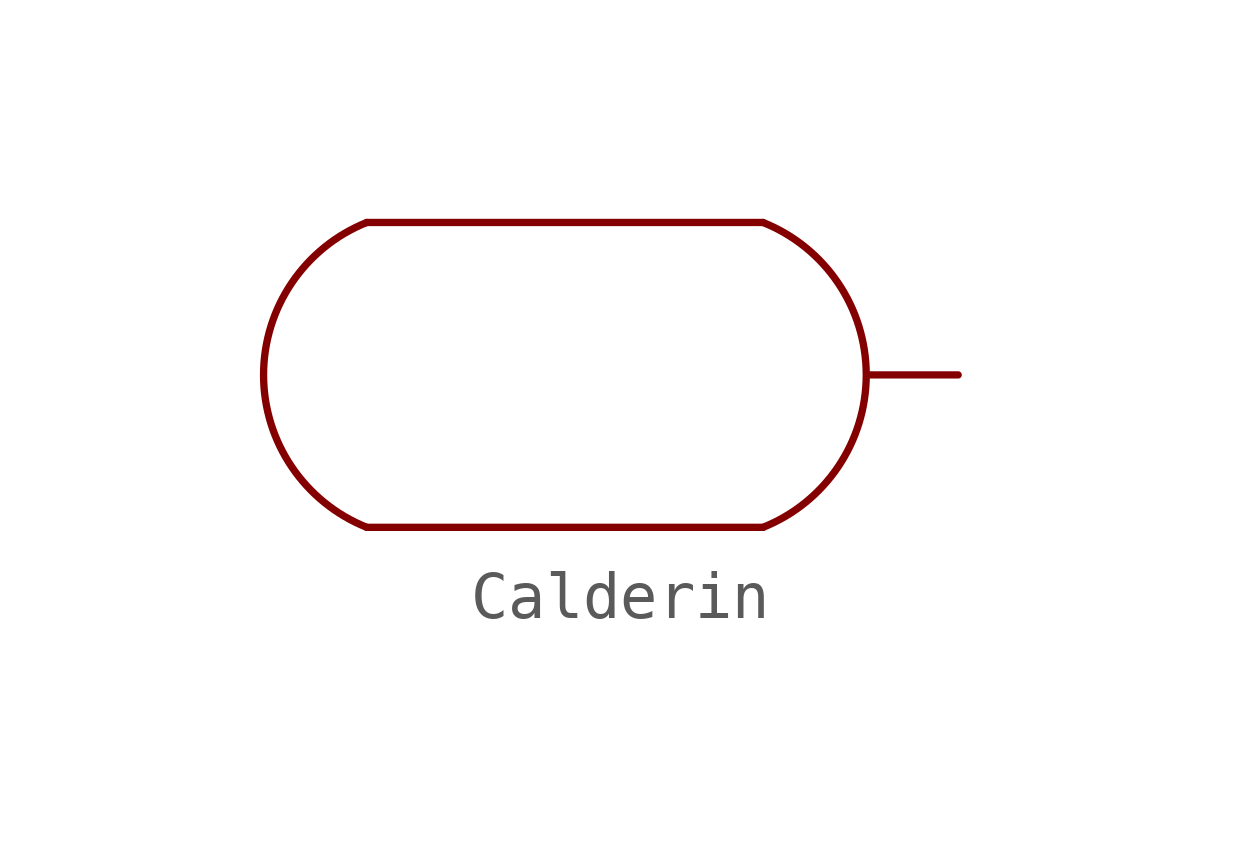
<source format=kicad_sym>
(kicad_symbol_lib
  (version 20211014)
  (generator kicad_symbol_editor)
  (symbol "Calderin"
    (pin_names
      (offset 1.016))
    (property "Reference" "V"
      (at -4.699 -5.08 0)
      (effects (font (size 2.54 2.54)) (justify left) hide))
    (symbol "Calderin_0_1"
      (arc (start -10.414 3.175) (mid -12.5636 0) (end -10.414 -3.175) (stroke (width 0) (type default) (color 0 0 0 0)) (fill (type none)))
      (arc (start -2.159 -3.175) (mid -0.0094 0) (end -2.159 3.175) (stroke (width 0) (type default) (color 0 0 0 0)) (fill (type none)))
      (polyline (pts (xy -10.414 -3.175) (xy -2.159 -3.175)) (stroke (width 0) (type default) (color 0 0 0 0)) (fill (type none)))
      (polyline (pts (xy -2.159 3.175) (xy -10.414 3.175)) (stroke (width 0) (type default) (color 0 0 0 0)) (fill (type none))))
    (symbol "Calderin_1_1"
      (pin bidirectional line (at 1.905 0 180) (length 1.905) (name "" (effects (font (size 1.27 1.27)))) (number "" (effects (font (size 1.27 1.27))))))))
</source>
